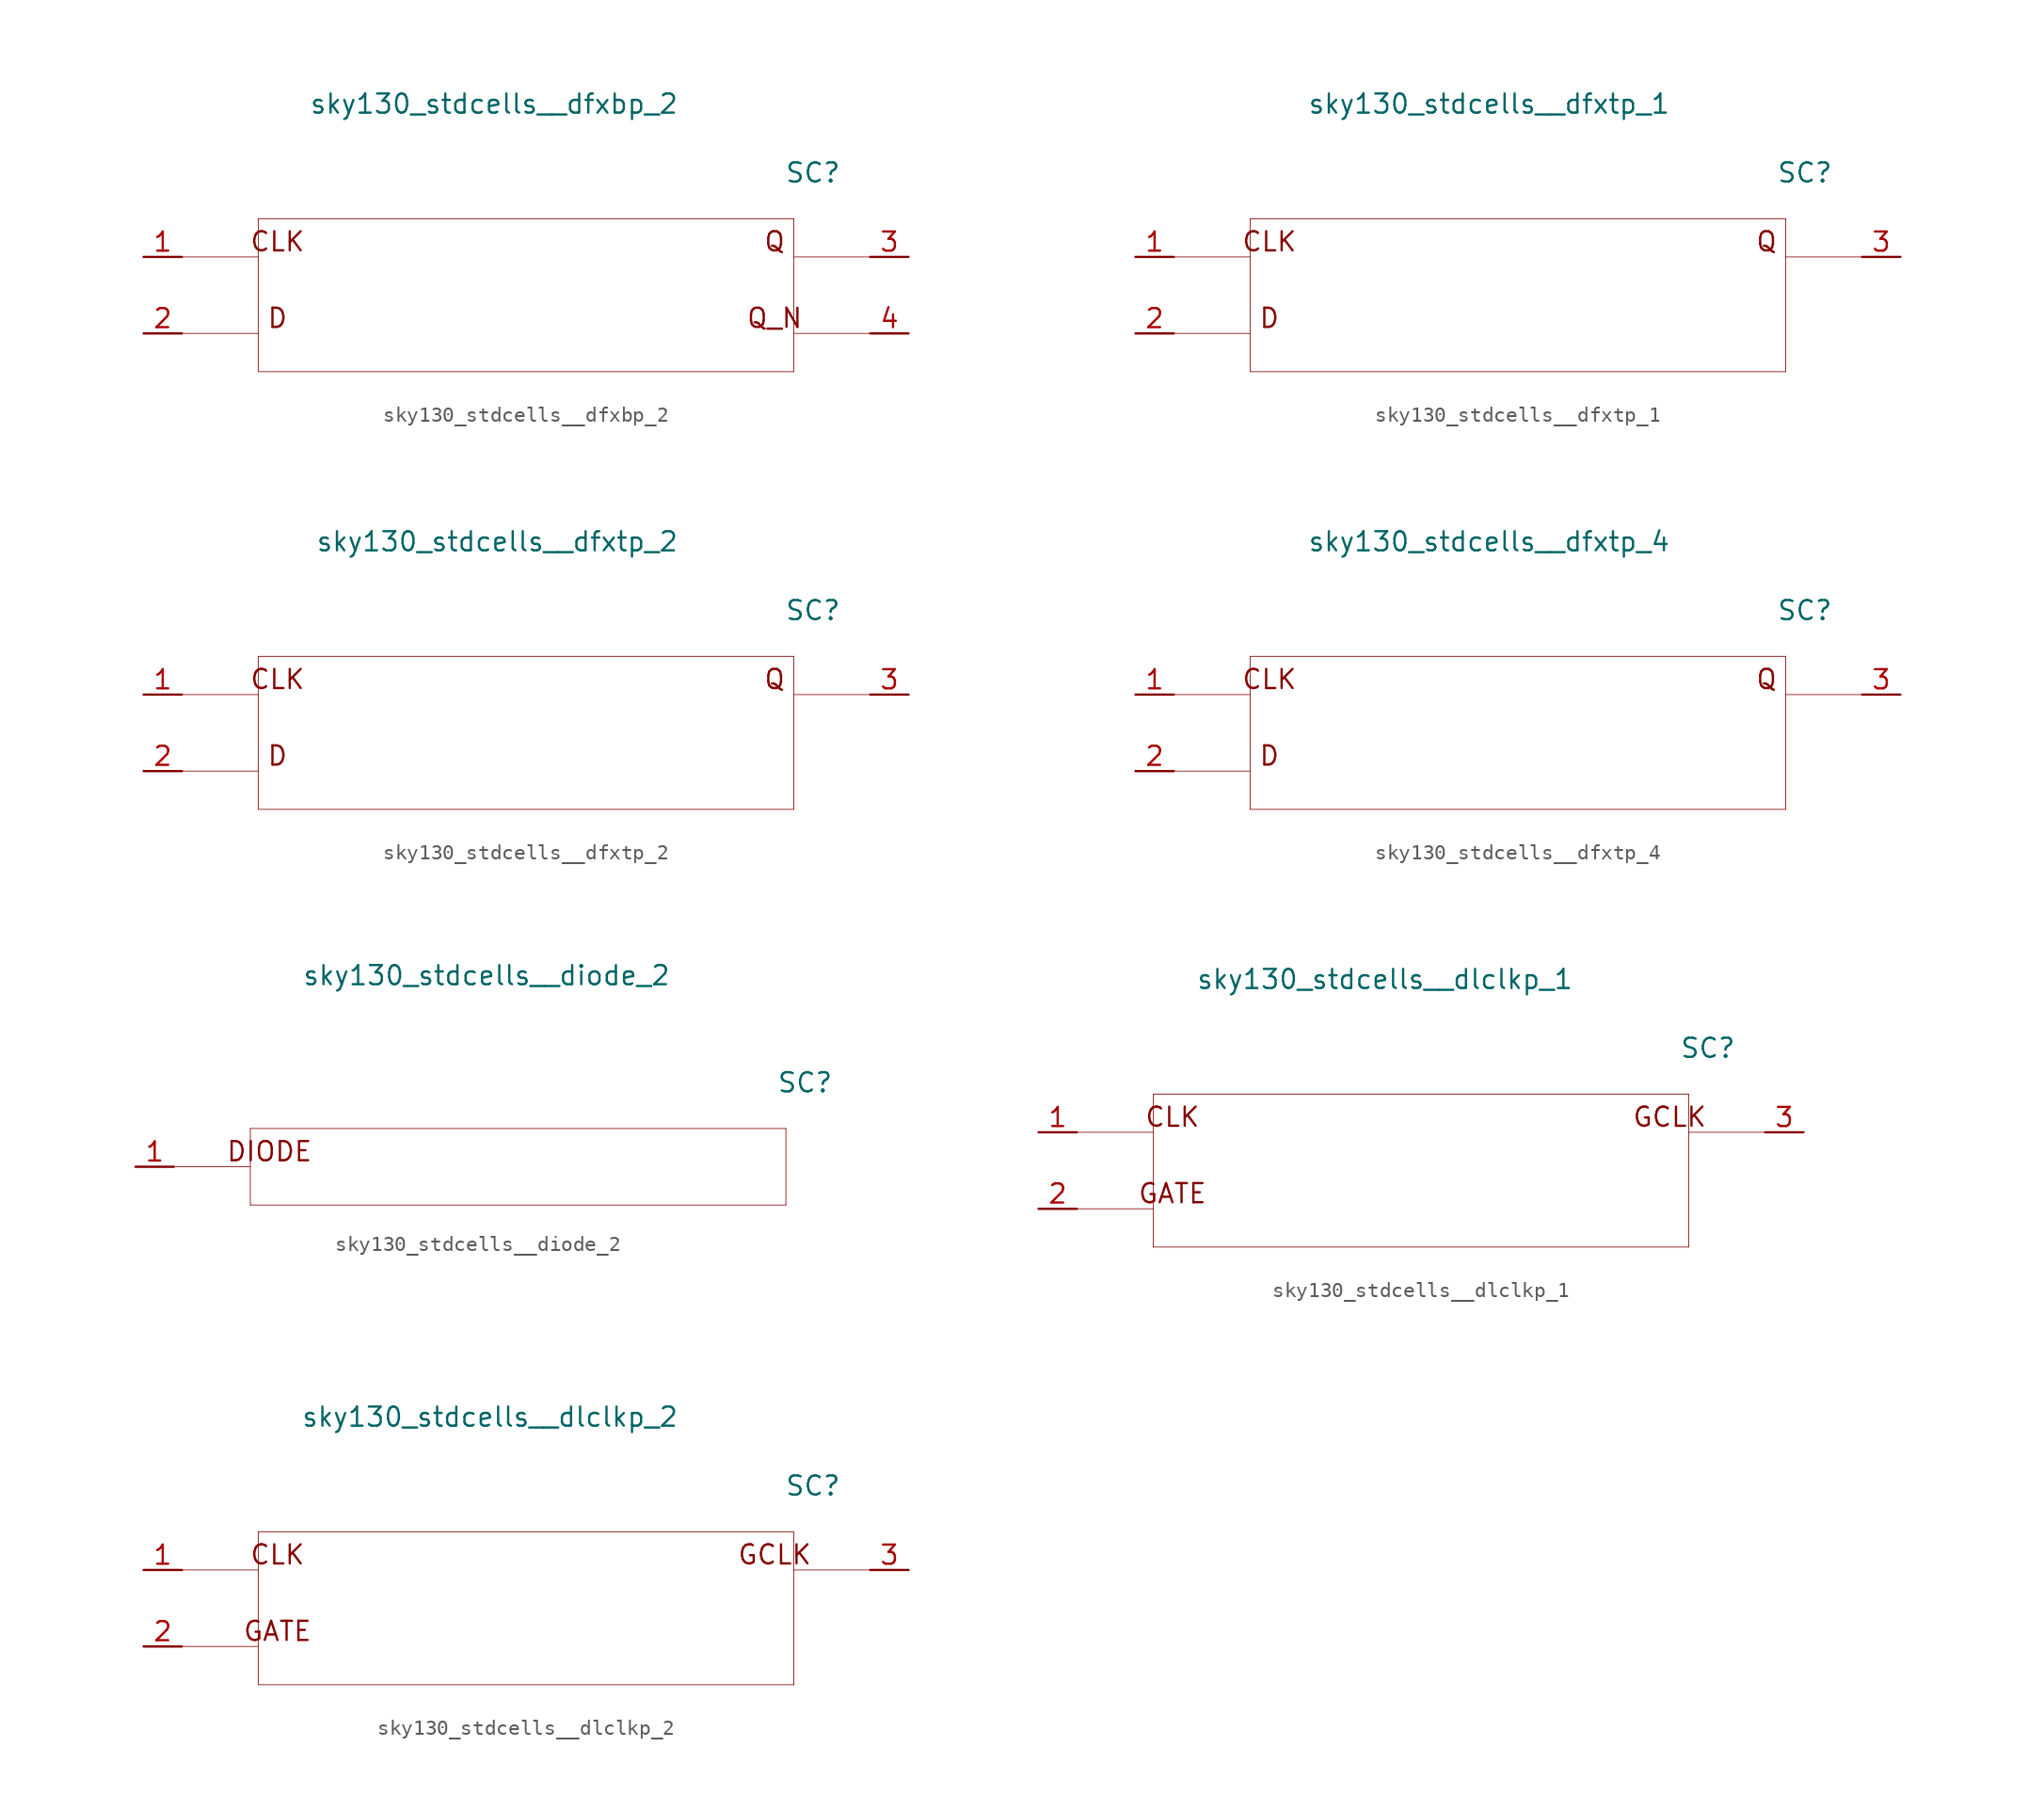
<source format=kicad_sym>
(kicad_symbol_lib
  (version 20211014)
  (generator kicad_symbol_editor)
  (symbol "sky130_stdcells__dfxbp_2"
    (pin_names hide)
    (property "Reference" "SC"
      (at 19.05 8.128 0)
      (effects (font (size 1.27 1.27))))
    (property "Value" "sky130_stdcells__dfxbp_2"
      (at 10.16 12.7 0)
      (effects (font (size 1.27 1.27)) (justify right)))
    (symbol "sky130_stdcells__dfxbp_2_0_0"
      (polyline (pts (xy -22.86 -2.54) (xy -17.78 -2.54)) (stroke (width 0.051) (type default) (color 0 0 0 0)) (fill (type none)))
      (polyline (pts (xy -22.86 2.54) (xy -17.78 2.54)) (stroke (width 0.051) (type default) (color 0 0 0 0)) (fill (type none)))
      (polyline (pts (xy -17.78 -5.08) (xy 17.78 -5.08)) (stroke (width 0.051) (type default) (color 0 0 0 0)) (fill (type none)))
      (polyline (pts (xy -17.78 5.08) (xy -17.78 -5.08)) (stroke (width 0.051) (type default) (color 0 0 0 0)) (fill (type none)))
      (polyline (pts (xy -17.78 5.08) (xy 17.78 5.08)) (stroke (width 0.051) (type default) (color 0 0 0 0)) (fill (type none)))
      (polyline (pts (xy 17.78 -2.54) (xy 22.86 -2.54)) (stroke (width 0.051) (type default) (color 0 0 0 0)) (fill (type none)))
      (polyline (pts (xy 17.78 2.54) (xy 22.86 2.54)) (stroke (width 0.051) (type default) (color 0 0 0 0)) (fill (type none)))
      (polyline (pts (xy 17.78 5.08) (xy 17.78 -5.08)) (stroke (width 0.051) (type default) (color 0 0 0 0)) (fill (type none)))
      (text "CLK" (at -16.51 3.556 0) (effects (font (size 1.27 1.27))))
      (text "D" (at -16.51 -1.524 0) (effects (font (size 1.27 1.27))))
      (text "Q" (at 16.51 3.556 0) (effects (font (size 1.27 1.27))))
      (text "Q_N" (at 16.51 -1.524 0) (effects (font (size 1.27 1.27)))))
    (symbol "sky130_stdcells__dfxbp_2_1_1"
      (pin input line (at -25.4 2.54 0) (length 2.54) (name "CLK" (effects (font (size 1.092 1.092)))) (number "1" (effects (font (size 1.27 1.27)))))
      (pin input line (at -25.4 -2.54 0) (length 2.54) (name "D" (effects (font (size 1.092 1.092)))) (number "2" (effects (font (size 1.27 1.27)))))
      (pin output line (at 25.4 2.54 180) (length 2.54) (name "Q" (effects (font (size 1.092 1.092)))) (number "3" (effects (font (size 1.27 1.27)))))
      (pin output line (at 25.4 -2.54 180) (length 2.54) (name "Q_N" (effects (font (size 1.092 1.092)))) (number "4" (effects (font (size 1.27 1.27)))))))
  (symbol "sky130_stdcells__dfxtp_1"
    (pin_names hide)
    (property "Reference" "SC"
      (at 19.05 8.128 0)
      (effects (font (size 1.27 1.27))))
    (property "Value" "sky130_stdcells__dfxtp_1"
      (at 10.16 12.7 0)
      (effects (font (size 1.27 1.27)) (justify right)))
    (symbol "sky130_stdcells__dfxtp_1_0_0"
      (polyline (pts (xy -22.86 -2.54) (xy -17.78 -2.54)) (stroke (width 0.051) (type default) (color 0 0 0 0)) (fill (type none)))
      (polyline (pts (xy -22.86 2.54) (xy -17.78 2.54)) (stroke (width 0.051) (type default) (color 0 0 0 0)) (fill (type none)))
      (polyline (pts (xy -17.78 -5.08) (xy 17.78 -5.08)) (stroke (width 0.051) (type default) (color 0 0 0 0)) (fill (type none)))
      (polyline (pts (xy -17.78 5.08) (xy -17.78 -5.08)) (stroke (width 0.051) (type default) (color 0 0 0 0)) (fill (type none)))
      (polyline (pts (xy -17.78 5.08) (xy 17.78 5.08)) (stroke (width 0.051) (type default) (color 0 0 0 0)) (fill (type none)))
      (polyline (pts (xy 17.78 2.54) (xy 22.86 2.54)) (stroke (width 0.051) (type default) (color 0 0 0 0)) (fill (type none)))
      (polyline (pts (xy 17.78 5.08) (xy 17.78 -5.08)) (stroke (width 0.051) (type default) (color 0 0 0 0)) (fill (type none)))
      (text "CLK" (at -16.51 3.556 0) (effects (font (size 1.27 1.27))))
      (text "D" (at -16.51 -1.524 0) (effects (font (size 1.27 1.27))))
      (text "Q" (at 16.51 3.556 0) (effects (font (size 1.27 1.27)))))
    (symbol "sky130_stdcells__dfxtp_1_1_1"
      (pin input line (at -25.4 2.54 0) (length 2.54) (name "CLK" (effects (font (size 1.092 1.092)))) (number "1" (effects (font (size 1.27 1.27)))))
      (pin input line (at -25.4 -2.54 0) (length 2.54) (name "D" (effects (font (size 1.092 1.092)))) (number "2" (effects (font (size 1.27 1.27)))))
      (pin output line (at 25.4 2.54 180) (length 2.54) (name "Q" (effects (font (size 1.092 1.092)))) (number "3" (effects (font (size 1.27 1.27)))))))
  (symbol "sky130_stdcells__dfxtp_2"
    (pin_names hide)
    (property "Reference" "SC"
      (at 19.05 8.128 0)
      (effects (font (size 1.27 1.27))))
    (property "Value" "sky130_stdcells__dfxtp_2"
      (at 10.16 12.7 0)
      (effects (font (size 1.27 1.27)) (justify right)))
    (symbol "sky130_stdcells__dfxtp_2_0_0"
      (polyline (pts (xy -22.86 -2.54) (xy -17.78 -2.54)) (stroke (width 0.051) (type default) (color 0 0 0 0)) (fill (type none)))
      (polyline (pts (xy -22.86 2.54) (xy -17.78 2.54)) (stroke (width 0.051) (type default) (color 0 0 0 0)) (fill (type none)))
      (polyline (pts (xy -17.78 -5.08) (xy 17.78 -5.08)) (stroke (width 0.051) (type default) (color 0 0 0 0)) (fill (type none)))
      (polyline (pts (xy -17.78 5.08) (xy -17.78 -5.08)) (stroke (width 0.051) (type default) (color 0 0 0 0)) (fill (type none)))
      (polyline (pts (xy -17.78 5.08) (xy 17.78 5.08)) (stroke (width 0.051) (type default) (color 0 0 0 0)) (fill (type none)))
      (polyline (pts (xy 17.78 2.54) (xy 22.86 2.54)) (stroke (width 0.051) (type default) (color 0 0 0 0)) (fill (type none)))
      (polyline (pts (xy 17.78 5.08) (xy 17.78 -5.08)) (stroke (width 0.051) (type default) (color 0 0 0 0)) (fill (type none)))
      (text "CLK" (at -16.51 3.556 0) (effects (font (size 1.27 1.27))))
      (text "D" (at -16.51 -1.524 0) (effects (font (size 1.27 1.27))))
      (text "Q" (at 16.51 3.556 0) (effects (font (size 1.27 1.27)))))
    (symbol "sky130_stdcells__dfxtp_2_1_1"
      (pin input line (at -25.4 2.54 0) (length 2.54) (name "CLK" (effects (font (size 1.092 1.092)))) (number "1" (effects (font (size 1.27 1.27)))))
      (pin input line (at -25.4 -2.54 0) (length 2.54) (name "D" (effects (font (size 1.092 1.092)))) (number "2" (effects (font (size 1.27 1.27)))))
      (pin output line (at 25.4 2.54 180) (length 2.54) (name "Q" (effects (font (size 1.092 1.092)))) (number "3" (effects (font (size 1.27 1.27)))))))
  (symbol "sky130_stdcells__dfxtp_4"
    (pin_names hide)
    (property "Reference" "SC"
      (at 19.05 8.128 0)
      (effects (font (size 1.27 1.27))))
    (property "Value" "sky130_stdcells__dfxtp_4"
      (at 10.16 12.7 0)
      (effects (font (size 1.27 1.27)) (justify right)))
    (symbol "sky130_stdcells__dfxtp_4_0_0"
      (polyline (pts (xy -22.86 -2.54) (xy -17.78 -2.54)) (stroke (width 0.051) (type default) (color 0 0 0 0)) (fill (type none)))
      (polyline (pts (xy -22.86 2.54) (xy -17.78 2.54)) (stroke (width 0.051) (type default) (color 0 0 0 0)) (fill (type none)))
      (polyline (pts (xy -17.78 -5.08) (xy 17.78 -5.08)) (stroke (width 0.051) (type default) (color 0 0 0 0)) (fill (type none)))
      (polyline (pts (xy -17.78 5.08) (xy -17.78 -5.08)) (stroke (width 0.051) (type default) (color 0 0 0 0)) (fill (type none)))
      (polyline (pts (xy -17.78 5.08) (xy 17.78 5.08)) (stroke (width 0.051) (type default) (color 0 0 0 0)) (fill (type none)))
      (polyline (pts (xy 17.78 2.54) (xy 22.86 2.54)) (stroke (width 0.051) (type default) (color 0 0 0 0)) (fill (type none)))
      (polyline (pts (xy 17.78 5.08) (xy 17.78 -5.08)) (stroke (width 0.051) (type default) (color 0 0 0 0)) (fill (type none)))
      (text "CLK" (at -16.51 3.556 0) (effects (font (size 1.27 1.27))))
      (text "D" (at -16.51 -1.524 0) (effects (font (size 1.27 1.27))))
      (text "Q" (at 16.51 3.556 0) (effects (font (size 1.27 1.27)))))
    (symbol "sky130_stdcells__dfxtp_4_1_1"
      (pin input line (at -25.4 2.54 0) (length 2.54) (name "CLK" (effects (font (size 1.092 1.092)))) (number "1" (effects (font (size 1.27 1.27)))))
      (pin input line (at -25.4 -2.54 0) (length 2.54) (name "D" (effects (font (size 1.092 1.092)))) (number "2" (effects (font (size 1.27 1.27)))))
      (pin output line (at 25.4 2.54 180) (length 2.54) (name "Q" (effects (font (size 1.092 1.092)))) (number "3" (effects (font (size 1.27 1.27)))))))
  (symbol "sky130_stdcells__diode_2"
    (pin_names hide)
    (property "Reference" "SC"
      (at 19.05 5.588 0)
      (effects (font (size 1.27 1.27))))
    (property "Value" "sky130_stdcells__diode_2"
      (at 10.16 12.7 0)
      (effects (font (size 1.27 1.27)) (justify right)))
    (symbol "sky130_stdcells__diode_2_0_0"
      (polyline (pts (xy -22.86 0) (xy -17.78 0)) (stroke (width 0.051) (type default) (color 0 0 0 0)) (fill (type none)))
      (polyline (pts (xy -17.78 -2.54) (xy 17.78 -2.54)) (stroke (width 0.051) (type default) (color 0 0 0 0)) (fill (type none)))
      (polyline (pts (xy -17.78 2.54) (xy -17.78 -2.54)) (stroke (width 0.051) (type default) (color 0 0 0 0)) (fill (type none)))
      (polyline (pts (xy -17.78 2.54) (xy 17.78 2.54)) (stroke (width 0.051) (type default) (color 0 0 0 0)) (fill (type none)))
      (polyline (pts (xy 17.78 2.54) (xy 17.78 -2.54)) (stroke (width 0.051) (type default) (color 0 0 0 0)) (fill (type none)))
      (text "DIODE" (at -16.51 1.016 0) (effects (font (size 1.27 1.27)))))
    (symbol "sky130_stdcells__diode_2_1_1"
      (pin input line (at -25.4 0 0) (length 2.54) (name "DIODE" (effects (font (size 1.092 1.092)))) (number "1" (effects (font (size 1.27 1.27)))))))
  (symbol "sky130_stdcells__dlclkp_1"
    (pin_names hide)
    (property "Reference" "SC"
      (at 19.05 8.128 0)
      (effects (font (size 1.27 1.27))))
    (property "Value" "sky130_stdcells__dlclkp_1"
      (at 10.16 12.7 0)
      (effects (font (size 1.27 1.27)) (justify right)))
    (symbol "sky130_stdcells__dlclkp_1_0_0"
      (polyline (pts (xy -22.86 -2.54) (xy -17.78 -2.54)) (stroke (width 0.051) (type default) (color 0 0 0 0)) (fill (type none)))
      (polyline (pts (xy -22.86 2.54) (xy -17.78 2.54)) (stroke (width 0.051) (type default) (color 0 0 0 0)) (fill (type none)))
      (polyline (pts (xy -17.78 -5.08) (xy 17.78 -5.08)) (stroke (width 0.051) (type default) (color 0 0 0 0)) (fill (type none)))
      (polyline (pts (xy -17.78 5.08) (xy -17.78 -5.08)) (stroke (width 0.051) (type default) (color 0 0 0 0)) (fill (type none)))
      (polyline (pts (xy -17.78 5.08) (xy 17.78 5.08)) (stroke (width 0.051) (type default) (color 0 0 0 0)) (fill (type none)))
      (polyline (pts (xy 17.78 2.54) (xy 22.86 2.54)) (stroke (width 0.051) (type default) (color 0 0 0 0)) (fill (type none)))
      (polyline (pts (xy 17.78 5.08) (xy 17.78 -5.08)) (stroke (width 0.051) (type default) (color 0 0 0 0)) (fill (type none)))
      (text "CLK" (at -16.51 3.556 0) (effects (font (size 1.27 1.27))))
      (text "GATE" (at -16.51 -1.524 0) (effects (font (size 1.27 1.27))))
      (text "GCLK" (at 16.51 3.556 0) (effects (font (size 1.27 1.27)))))
    (symbol "sky130_stdcells__dlclkp_1_1_1"
      (pin input line (at -25.4 2.54 0) (length 2.54) (name "CLK" (effects (font (size 1.092 1.092)))) (number "1" (effects (font (size 1.27 1.27)))))
      (pin input line (at -25.4 -2.54 0) (length 2.54) (name "GATE" (effects (font (size 1.092 1.092)))) (number "2" (effects (font (size 1.27 1.27)))))
      (pin output line (at 25.4 2.54 180) (length 2.54) (name "GCLK" (effects (font (size 1.092 1.092)))) (number "3" (effects (font (size 1.27 1.27)))))))
  (symbol "sky130_stdcells__dlclkp_2"
    (pin_names hide)
    (property "Reference" "SC"
      (at 19.05 8.128 0)
      (effects (font (size 1.27 1.27))))
    (property "Value" "sky130_stdcells__dlclkp_2"
      (at 10.16 12.7 0)
      (effects (font (size 1.27 1.27)) (justify right)))
    (symbol "sky130_stdcells__dlclkp_2_0_0"
      (polyline (pts (xy -22.86 -2.54) (xy -17.78 -2.54)) (stroke (width 0.051) (type default) (color 0 0 0 0)) (fill (type none)))
      (polyline (pts (xy -22.86 2.54) (xy -17.78 2.54)) (stroke (width 0.051) (type default) (color 0 0 0 0)) (fill (type none)))
      (polyline (pts (xy -17.78 -5.08) (xy 17.78 -5.08)) (stroke (width 0.051) (type default) (color 0 0 0 0)) (fill (type none)))
      (polyline (pts (xy -17.78 5.08) (xy -17.78 -5.08)) (stroke (width 0.051) (type default) (color 0 0 0 0)) (fill (type none)))
      (polyline (pts (xy -17.78 5.08) (xy 17.78 5.08)) (stroke (width 0.051) (type default) (color 0 0 0 0)) (fill (type none)))
      (polyline (pts (xy 17.78 2.54) (xy 22.86 2.54)) (stroke (width 0.051) (type default) (color 0 0 0 0)) (fill (type none)))
      (polyline (pts (xy 17.78 5.08) (xy 17.78 -5.08)) (stroke (width 0.051) (type default) (color 0 0 0 0)) (fill (type none)))
      (text "CLK" (at -16.51 3.556 0) (effects (font (size 1.27 1.27))))
      (text "GATE" (at -16.51 -1.524 0) (effects (font (size 1.27 1.27))))
      (text "GCLK" (at 16.51 3.556 0) (effects (font (size 1.27 1.27)))))
    (symbol "sky130_stdcells__dlclkp_2_1_1"
      (pin input line (at -25.4 2.54 0) (length 2.54) (name "CLK" (effects (font (size 1.092 1.092)))) (number "1" (effects (font (size 1.27 1.27)))))
      (pin input line (at -25.4 -2.54 0) (length 2.54) (name "GATE" (effects (font (size 1.092 1.092)))) (number "2" (effects (font (size 1.27 1.27)))))
      (pin output line (at 25.4 2.54 180) (length 2.54) (name "GCLK" (effects (font (size 1.092 1.092)))) (number "3" (effects (font (size 1.27 1.27))))))))
</source>
